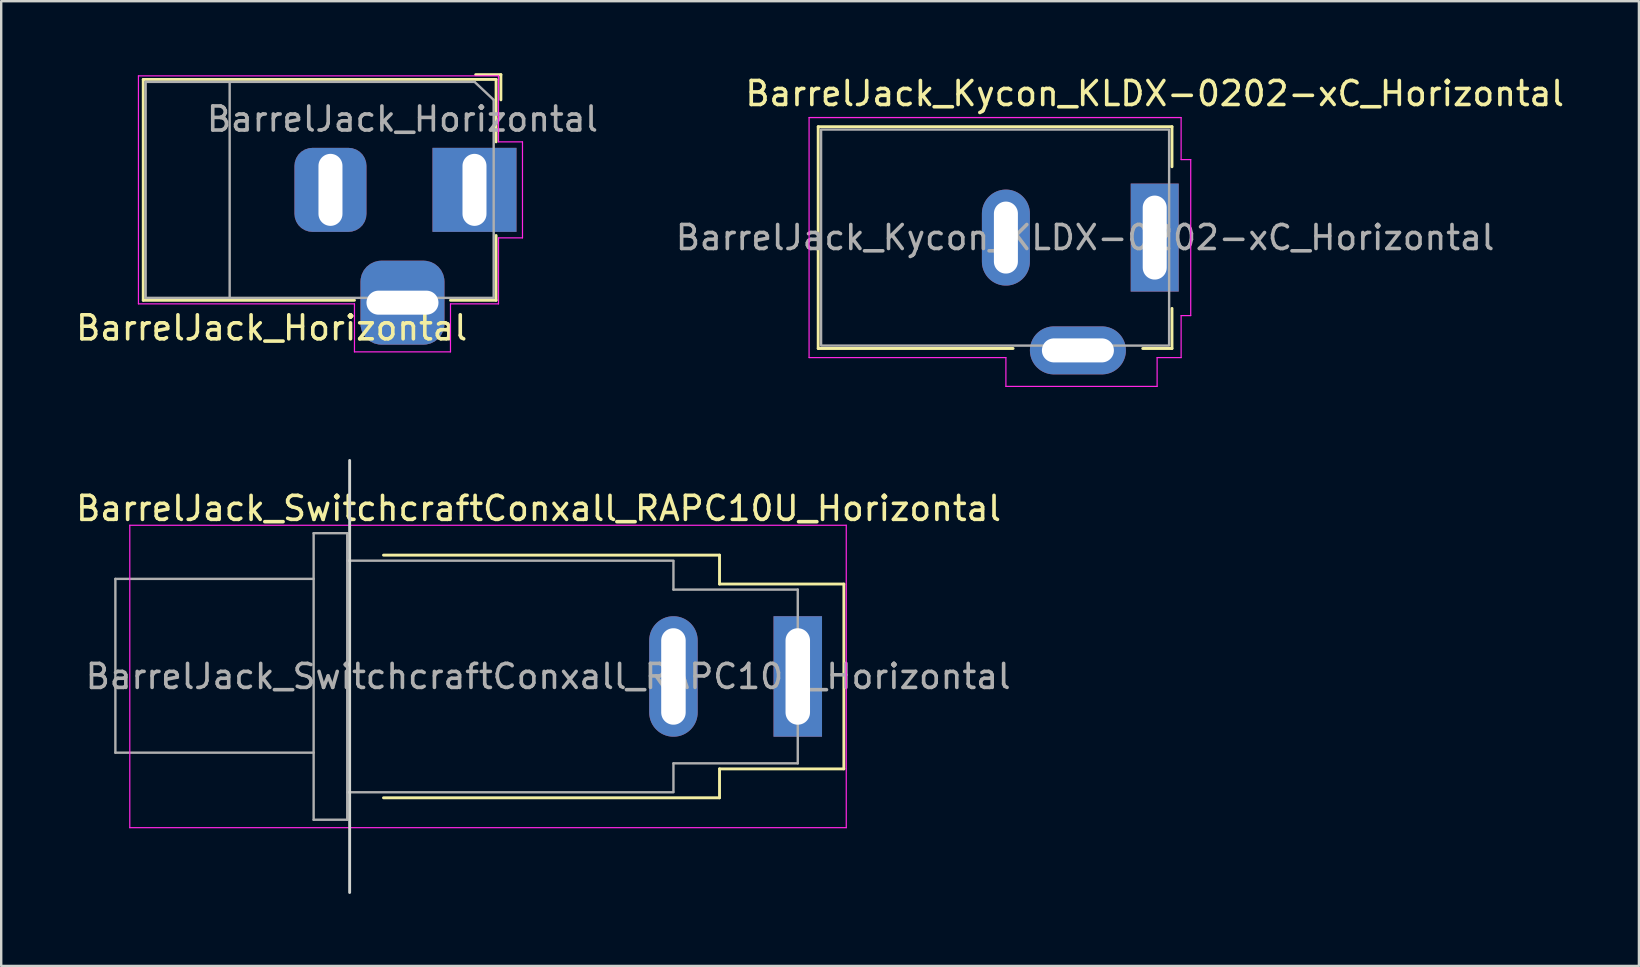
<source format=kicad_pcb>
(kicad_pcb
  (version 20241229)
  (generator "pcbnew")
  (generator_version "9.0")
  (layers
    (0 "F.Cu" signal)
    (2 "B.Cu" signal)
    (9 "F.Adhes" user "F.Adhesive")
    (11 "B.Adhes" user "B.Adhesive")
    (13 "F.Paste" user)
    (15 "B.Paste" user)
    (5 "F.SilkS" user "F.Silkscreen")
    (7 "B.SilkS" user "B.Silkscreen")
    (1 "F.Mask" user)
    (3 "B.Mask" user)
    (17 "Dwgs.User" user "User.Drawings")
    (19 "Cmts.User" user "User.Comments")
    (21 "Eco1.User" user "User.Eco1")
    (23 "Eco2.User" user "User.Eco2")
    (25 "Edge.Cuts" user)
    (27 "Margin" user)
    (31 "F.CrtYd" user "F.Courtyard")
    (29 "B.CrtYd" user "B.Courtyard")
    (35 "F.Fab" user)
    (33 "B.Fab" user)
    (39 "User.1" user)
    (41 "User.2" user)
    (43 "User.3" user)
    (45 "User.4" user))
  (footprint "BarrelJack_Kycon_KLDX-0202-xC_Horizontal"
    (layer "F.Cu")
    (at 45.058 6.848)
    (property "Reference" "BarrelJack_Kycon_KLDX-0202-xC_Horizontal" (at 0 -6 0) (unlocked yes) (layer "F.SilkS") (effects (font (size 1 1) (thickness 0.15))))
    (attr through_hole)
    (fp_line (start -14.02 -4.62) (end -14.02 4.62) (stroke (width 0.12) (type solid)) (layer "F.SilkS"))
    (fp_line (start -14.02 4.62) (end -5.9 4.62) (stroke (width 0.12) (type solid)) (layer "F.SilkS"))
    (fp_line (start -0.5 4.62) (end 0.72 4.62) (stroke (width 0.12) (type solid)) (layer "F.SilkS"))
    (fp_line (start 0.72 -4.62) (end -14.02 -4.62) (stroke (width 0.12) (type solid)) (layer "F.SilkS"))
    (fp_line (start 0.72 -2.95) (end 0.72 -4.62) (stroke (width 0.12) (type solid)) (layer "F.SilkS"))
    (fp_line (start 0.72 4.62) (end 0.72 2.95) (stroke (width 0.12) (type solid)) (layer "F.SilkS"))
    (fp_line (start -14.4 -5) (end 1.1 -5) (stroke (width 0.05) (type solid)) (layer "F.CrtYd"))
    (fp_line (start -14.4 5) (end -14.4 -5) (stroke (width 0.05) (type solid)) (layer "F.CrtYd"))
    (fp_line (start -6.2 5) (end -14.4 5) (stroke (width 0.05) (type solid)) (layer "F.CrtYd"))
    (fp_line (start -6.2 6.2) (end -6.2 5) (stroke (width 0.05) (type solid)) (layer "F.CrtYd"))
    (fp_line (start 0.1 5) (end 0.1 6.2) (stroke (width 0.05) (type solid)) (layer "F.CrtYd"))
    (fp_line (start 0.1 6.2) (end -6.2 6.2) (stroke (width 0.05) (type solid)) (layer "F.CrtYd"))
    (fp_line (start 1.1 -5) (end 1.1 -3.25) (stroke (width 0.05) (type solid)) (layer "F.CrtYd"))
    (fp_line (start 1.1 -3.25) (end 1.5 -3.25) (stroke (width 0.05) (type solid)) (layer "F.CrtYd"))
    (fp_line (start 1.1 3.25) (end 1.1 5) (stroke (width 0.05) (type solid)) (layer "F.CrtYd"))
    (fp_line (start 1.1 5) (end 0.1 5) (stroke (width 0.05) (type solid)) (layer "F.CrtYd"))
    (fp_line (start 1.5 -3.25) (end 1.5 3.25) (stroke (width 0.05) (type solid)) (layer "F.CrtYd"))
    (fp_line (start 1.5 3.25) (end 1.1 3.25) (stroke (width 0.05) (type solid)) (layer "F.CrtYd"))
    (fp_rect (start -13.9 -4.5) (end 0.6 4.5) (stroke (width 0.1) (type solid)) (fill no) (layer "F.Fab"))
    (fp_text user "${REFERENCE}" (at -2.9 0 0) (unlocked yes) (layer "F.Fab") (effects (font (size 1 1) (thickness 0.15))))
    (pad "1" thru_hole rect (at 0 0) (size 2 4.5) (drill oval 1 3.5) (layers "*.Cu" "*.Mask"))
    (pad "2" thru_hole oval (at -6.2 0) (size 2 4) (drill oval 1 3) (layers "*.Cu" "*.Mask"))
    (pad "3" thru_hole oval (at -3.2 4.7 90) (size 2 4) (drill oval 1 3) (layers "*.Cu" "*.Mask")))
  (footprint "BarrelJack_SwitchcraftConxall_RAPC10U_Horizontal"
    (layer "F.Cu")
    (at 30.187 25.133)
    (property "Reference" "BarrelJack_SwitchcraftConxall_RAPC10U_Horizontal" (at -10.8 -7 0) (layer "F.SilkS") (effects (font (size 1 1) (thickness 0.15))))
    (attr through_hole)
    (fp_line (start -17.26 5.055) (end -3.26 5.055) (stroke (width 0.12) (type solid)) (layer "F.SilkS"))
    (fp_line (start -3.26 -5.055) (end -17.26 -5.055) (stroke (width 0.12) (type solid)) (layer "F.SilkS"))
    (fp_line (start -3.26 -3.85) (end -3.26 -5.055) (stroke (width 0.12) (type solid)) (layer "F.SilkS"))
    (fp_line (start -3.26 3.85) (end 1.92 3.85) (stroke (width 0.12) (type solid)) (layer "F.SilkS"))
    (fp_line (start -3.26 5.055) (end -3.26 3.85) (stroke (width 0.12) (type solid)) (layer "F.SilkS"))
    (fp_line (start 1.92 -3.85) (end -3.26 -3.85) (stroke (width 0.12) (type solid)) (layer "F.SilkS"))
    (fp_line (start 1.92 3.85) (end 1.92 -3.85) (stroke (width 0.12) (type solid)) (layer "F.SilkS"))
    (fp_line (start -18.67 -9) (end -18.67 9) (stroke (width 0.12) (type solid)) (layer "Edge.Cuts"))
    (fp_line (start -27.83 -6.3) (end 2.02 -6.3) (stroke (width 0.05) (type solid)) (layer "F.CrtYd"))
    (fp_line (start -27.83 6.3) (end -27.83 -6.3) (stroke (width 0.05) (type solid)) (layer "F.CrtYd"))
    (fp_line (start 2.02 -6.3) (end 2.02 6.3) (stroke (width 0.05) (type solid)) (layer "F.CrtYd"))
    (fp_line (start 2.02 6.3) (end -27.83 6.3) (stroke (width 0.05) (type solid)) (layer "F.CrtYd"))
    (fp_line (start -28.43 -4.065) (end -28.43 3.175) (stroke (width 0.1) (type solid)) (layer "F.Fab"))
    (fp_line (start -28.43 3.175) (end -20.17 3.175) (stroke (width 0.1) (type solid)) (layer "F.Fab"))
    (fp_line (start -20.17 -5.97) (end -20.17 5.97) (stroke (width 0.1) (type solid)) (layer "F.Fab"))
    (fp_line (start -20.17 -5.97) (end -18.77 -5.97) (stroke (width 0.1) (type solid)) (layer "F.Fab"))
    (fp_line (start -20.17 -4.065) (end -28.43 -4.065) (stroke (width 0.1) (type solid)) (layer "F.Fab"))
    (fp_line (start -20.17 5.97) (end -18.77 5.97) (stroke (width 0.1) (type solid)) (layer "F.Fab"))
    (fp_line (start -18.77 -5.97) (end -18.77 5.97) (stroke (width 0.1) (type solid)) (layer "F.Fab"))
    (fp_line (start -18.77 -4.825) (end -5.18 -4.825) (stroke (width 0.1) (type solid)) (layer "F.Fab"))
    (fp_line (start -18.77 4.825) (end -5.18 4.825) (stroke (width 0.1) (type solid)) (layer "F.Fab"))
    (fp_line (start -5.18 -3.62) (end -5.18 -4.8) (stroke (width 0.1) (type solid)) (layer "F.Fab"))
    (fp_line (start -5.18 3.62) (end 0 3.62) (stroke (width 0.1) (type solid)) (layer "F.Fab"))
    (fp_line (start -5.18 4.8) (end -5.18 3.62) (stroke (width 0.1) (type solid)) (layer "F.Fab"))
    (fp_line (start 0 -3.62) (end -5.18 -3.62) (stroke (width 0.1) (type solid)) (layer "F.Fab"))
    (fp_line (start 0 3.62) (end 0 -3.62) (stroke (width 0.1) (type solid)) (layer "F.Fab"))
    (fp_text user "${REFERENCE}" (at -10.4 0 0) (layer "F.Fab") (effects (font (size 1 1) (thickness 0.15))))
    (pad "1" thru_hole rect (at 0 0) (size 2.02 5.02) (drill oval 1.02 4.02) (layers "*.Cu" "*.Mask"))
    (pad "2" thru_hole oval (at -5.18 0) (size 2.02 5.02) (drill oval 1.02 4.02) (layers "*.Cu" "*.Mask")))
  (footprint "BarrelJack_Horizontal"
    (layer "F.Cu")
    (at 16.718 4.86)
    (property "Reference" "BarrelJack_Horizontal" (at -8.45 5.75 0) (layer "F.SilkS") (effects (font (size 1 1) (thickness 0.15))))
    (attr through_hole)
    (fp_line (start -13.8 -4.6) (end 0.9 -4.6) (stroke (width 0.12) (type solid)) (layer "F.SilkS"))
    (fp_line (start -13.8 4.6) (end -13.8 -4.6) (stroke (width 0.12) (type solid)) (layer "F.SilkS"))
    (fp_line (start -5 4.6) (end -13.8 4.6) (stroke (width 0.12) (type solid)) (layer "F.SilkS"))
    (fp_line (start 0.05 -4.8) (end 1.1 -4.8) (stroke (width 0.12) (type solid)) (layer "F.SilkS"))
    (fp_line (start 0.9 -4.6) (end 0.9 -2) (stroke (width 0.12) (type solid)) (layer "F.SilkS"))
    (fp_line (start 0.9 1.9) (end 0.9 4.6) (stroke (width 0.12) (type solid)) (layer "F.SilkS"))
    (fp_line (start 0.9 4.6) (end -1 4.6) (stroke (width 0.12) (type solid)) (layer "F.SilkS"))
    (fp_line (start 1.1 -3.75) (end 1.1 -4.8) (stroke (width 0.12) (type solid)) (layer "F.SilkS"))
    (fp_line (start -14 4.75) (end -14 -4.75) (stroke (width 0.05) (type solid)) (layer "F.CrtYd"))
    (fp_line (start -5 4.75) (end -14 4.75) (stroke (width 0.05) (type solid)) (layer "F.CrtYd"))
    (fp_line (start -5 6.75) (end -5 4.75) (stroke (width 0.05) (type solid)) (layer "F.CrtYd"))
    (fp_line (start -1 4.75) (end -1 6.75) (stroke (width 0.05) (type solid)) (layer "F.CrtYd"))
    (fp_line (start -1 6.75) (end -5 6.75) (stroke (width 0.05) (type solid)) (layer "F.CrtYd"))
    (fp_line (start 1 -4.75) (end -14 -4.75) (stroke (width 0.05) (type solid)) (layer "F.CrtYd"))
    (fp_line (start 1 -4.5) (end 1 -4.75) (stroke (width 0.05) (type solid)) (layer "F.CrtYd"))
    (fp_line (start 1 -4.5) (end 1 -2) (stroke (width 0.05) (type solid)) (layer "F.CrtYd"))
    (fp_line (start 1 -2) (end 2 -2) (stroke (width 0.05) (type solid)) (layer "F.CrtYd"))
    (fp_line (start 1 2) (end 1 4.75) (stroke (width 0.05) (type solid)) (layer "F.CrtYd"))
    (fp_line (start 1 4.75) (end -1 4.75) (stroke (width 0.05) (type solid)) (layer "F.CrtYd"))
    (fp_line (start 2 -2) (end 2 2) (stroke (width 0.05) (type solid)) (layer "F.CrtYd"))
    (fp_line (start 2 2) (end 1 2) (stroke (width 0.05) (type solid)) (layer "F.CrtYd"))
    (fp_line (start -13.7 -4.5) (end -13.7 4.5) (stroke (width 0.1) (type solid)) (layer "F.Fab"))
    (fp_line (start -13.7 4.5) (end 0.8 4.5) (stroke (width 0.1) (type solid)) (layer "F.Fab"))
    (fp_line (start -10.2 -4.5) (end -10.2 4.5) (stroke (width 0.1) (type solid)) (layer "F.Fab"))
    (fp_line (start -0.003 -4.505) (end 0.8 -3.75) (stroke (width 0.1) (type solid)) (layer "F.Fab"))
    (fp_line (start 0 -4.5) (end -13.7 -4.5) (stroke (width 0.1) (type solid)) (layer "F.Fab"))
    (fp_line (start 0.8 4.5) (end 0.8 -3.75) (stroke (width 0.1) (type solid)) (layer "F.Fab"))
    (fp_text user "${REFERENCE}" (at -3 -2.95 0) (layer "F.Fab") (effects (font (size 1 1) (thickness 0.15))))
    (pad "1" thru_hole rect (at 0 0) (size 3.5 3.5) (drill oval 1 3) (layers "*.Cu" "*.Mask"))
    (pad "2" thru_hole roundrect (at -6 0) (size 3 3.5) (drill oval 1 3) (layers "*.Cu" "*.Mask") (roundrect_rratio 0.25))
    (pad "3" thru_hole roundrect (at -3 4.7) (size 3.5 3.5) (drill oval 3 1) (layers "*.Cu" "*.Mask") (roundrect_rratio 0.25)))
  (gr_rect
    (start -3 -3)
    (end 65.231 37.193)
    (stroke (width 0.1) (type default))
    (fill no)
    (layer "Edge.Cuts")))
</source>
